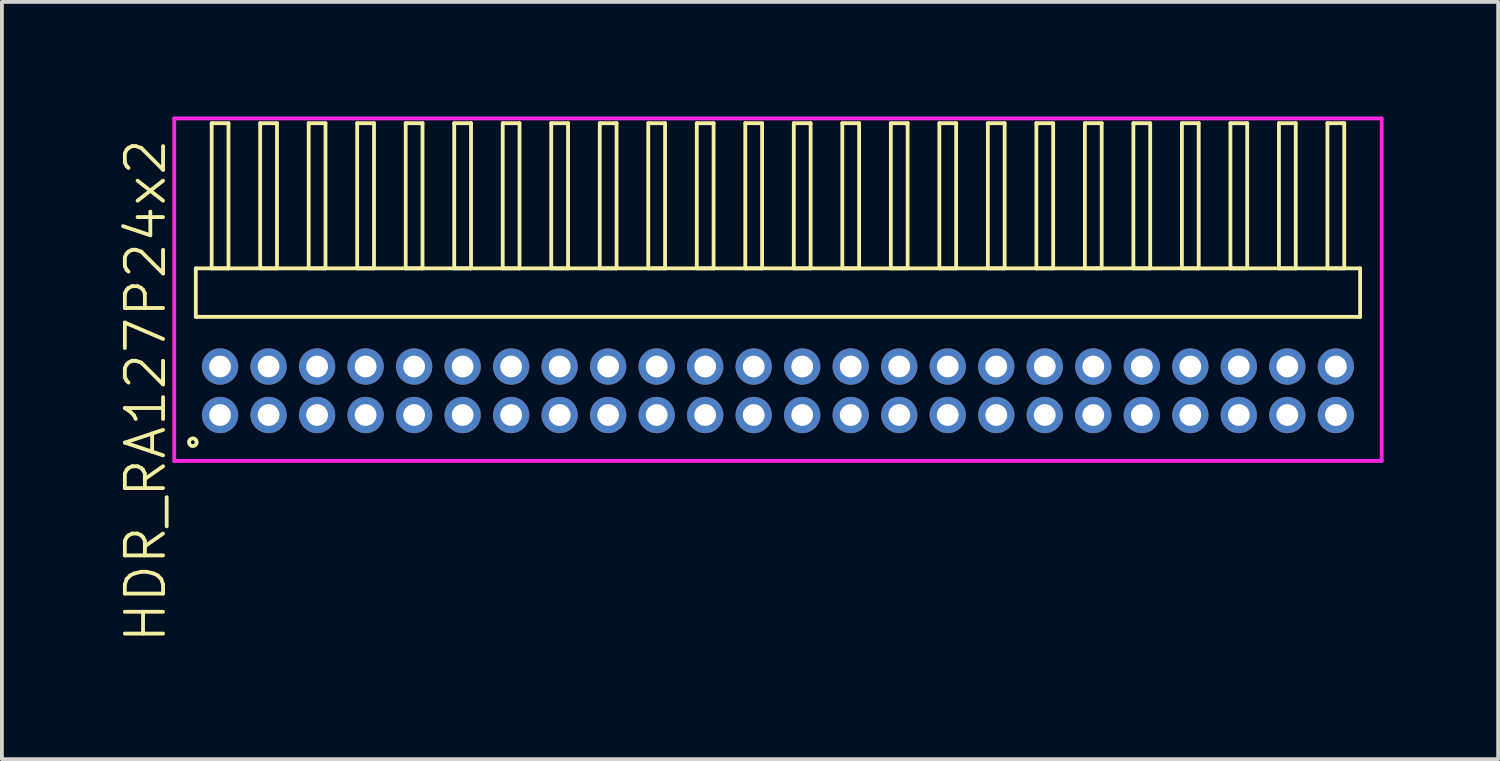
<source format=kicad_pcb>
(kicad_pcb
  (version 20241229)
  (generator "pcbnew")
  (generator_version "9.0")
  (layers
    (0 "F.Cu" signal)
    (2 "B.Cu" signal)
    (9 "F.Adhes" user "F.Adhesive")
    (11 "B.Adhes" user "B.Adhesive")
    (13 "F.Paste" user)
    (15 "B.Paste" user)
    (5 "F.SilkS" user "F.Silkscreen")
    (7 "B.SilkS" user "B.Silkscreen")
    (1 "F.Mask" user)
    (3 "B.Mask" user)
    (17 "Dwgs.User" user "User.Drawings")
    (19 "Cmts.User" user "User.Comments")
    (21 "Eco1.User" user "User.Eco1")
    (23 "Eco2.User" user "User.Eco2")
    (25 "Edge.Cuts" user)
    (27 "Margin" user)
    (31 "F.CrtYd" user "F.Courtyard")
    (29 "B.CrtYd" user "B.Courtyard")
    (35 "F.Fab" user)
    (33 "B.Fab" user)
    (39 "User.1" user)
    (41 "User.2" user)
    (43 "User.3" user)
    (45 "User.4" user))
  (footprint "HDR_RA127P24x2"
    (layer "F.Cu")
    (at 17.316 7.18)
    (property "Reference" "HDR_RA127P24x2" (at -16.555 0 90) (layer "F.SilkS") (effects (font (size 1 1) (thickness 0.1))))
    (attr through_hole)
    (fp_line (start -15.24 -3.205) (end -15.24 -1.935) (stroke (width 0.1) (type solid)) (layer "F.SilkS"))
    (fp_line (start -15.24 -1.935) (end 15.24 -1.935) (stroke (width 0.1) (type solid)) (layer "F.SilkS"))
    (fp_line (start -14.825 -7.005) (end -14.825 -3.205) (stroke (width 0.1) (type solid)) (layer "F.SilkS"))
    (fp_line (start -14.825 -3.205) (end -14.385 -3.205) (stroke (width 0.1) (type solid)) (layer "F.SilkS"))
    (fp_line (start -14.385 -7.005) (end -14.825 -7.005) (stroke (width 0.1) (type solid)) (layer "F.SilkS"))
    (fp_line (start -14.385 -3.205) (end -14.385 -7.005) (stroke (width 0.1) (type solid)) (layer "F.SilkS"))
    (fp_line (start -13.555 -7.005) (end -13.555 -3.205) (stroke (width 0.1) (type solid)) (layer "F.SilkS"))
    (fp_line (start -13.555 -3.205) (end -13.115 -3.205) (stroke (width 0.1) (type solid)) (layer "F.SilkS"))
    (fp_line (start -13.115 -7.005) (end -13.555 -7.005) (stroke (width 0.1) (type solid)) (layer "F.SilkS"))
    (fp_line (start -13.115 -3.205) (end -13.115 -7.005) (stroke (width 0.1) (type solid)) (layer "F.SilkS"))
    (fp_line (start -12.285 -7.005) (end -12.285 -3.205) (stroke (width 0.1) (type solid)) (layer "F.SilkS"))
    (fp_line (start -12.285 -3.205) (end -11.845 -3.205) (stroke (width 0.1) (type solid)) (layer "F.SilkS"))
    (fp_line (start -11.845 -7.005) (end -12.285 -7.005) (stroke (width 0.1) (type solid)) (layer "F.SilkS"))
    (fp_line (start -11.845 -3.205) (end -11.845 -7.005) (stroke (width 0.1) (type solid)) (layer "F.SilkS"))
    (fp_line (start -11.015 -7.005) (end -11.015 -3.205) (stroke (width 0.1) (type solid)) (layer "F.SilkS"))
    (fp_line (start -11.015 -3.205) (end -10.575 -3.205) (stroke (width 0.1) (type solid)) (layer "F.SilkS"))
    (fp_line (start -10.575 -7.005) (end -11.015 -7.005) (stroke (width 0.1) (type solid)) (layer "F.SilkS"))
    (fp_line (start -10.575 -3.205) (end -10.575 -7.005) (stroke (width 0.1) (type solid)) (layer "F.SilkS"))
    (fp_line (start -9.745 -7.005) (end -9.745 -3.205) (stroke (width 0.1) (type solid)) (layer "F.SilkS"))
    (fp_line (start -9.745 -3.205) (end -9.305 -3.205) (stroke (width 0.1) (type solid)) (layer "F.SilkS"))
    (fp_line (start -9.305 -7.005) (end -9.745 -7.005) (stroke (width 0.1) (type solid)) (layer "F.SilkS"))
    (fp_line (start -9.305 -3.205) (end -9.305 -7.005) (stroke (width 0.1) (type solid)) (layer "F.SilkS"))
    (fp_line (start -8.475 -7.005) (end -8.475 -3.205) (stroke (width 0.1) (type solid)) (layer "F.SilkS"))
    (fp_line (start -8.475 -3.205) (end -8.035 -3.205) (stroke (width 0.1) (type solid)) (layer "F.SilkS"))
    (fp_line (start -8.035 -7.005) (end -8.475 -7.005) (stroke (width 0.1) (type solid)) (layer "F.SilkS"))
    (fp_line (start -8.035 -3.205) (end -8.035 -7.005) (stroke (width 0.1) (type solid)) (layer "F.SilkS"))
    (fp_line (start -7.205 -7.005) (end -7.205 -3.205) (stroke (width 0.1) (type solid)) (layer "F.SilkS"))
    (fp_line (start -7.205 -3.205) (end -6.765 -3.205) (stroke (width 0.1) (type solid)) (layer "F.SilkS"))
    (fp_line (start -6.765 -7.005) (end -7.205 -7.005) (stroke (width 0.1) (type solid)) (layer "F.SilkS"))
    (fp_line (start -6.765 -3.205) (end -6.765 -7.005) (stroke (width 0.1) (type solid)) (layer "F.SilkS"))
    (fp_line (start -5.935 -7.005) (end -5.935 -3.205) (stroke (width 0.1) (type solid)) (layer "F.SilkS"))
    (fp_line (start -5.935 -3.205) (end -5.495 -3.205) (stroke (width 0.1) (type solid)) (layer "F.SilkS"))
    (fp_line (start -5.495 -7.005) (end -5.935 -7.005) (stroke (width 0.1) (type solid)) (layer "F.SilkS"))
    (fp_line (start -5.495 -3.205) (end -5.495 -7.005) (stroke (width 0.1) (type solid)) (layer "F.SilkS"))
    (fp_line (start -4.665 -7.005) (end -4.665 -3.205) (stroke (width 0.1) (type solid)) (layer "F.SilkS"))
    (fp_line (start -4.665 -3.205) (end -4.225 -3.205) (stroke (width 0.1) (type solid)) (layer "F.SilkS"))
    (fp_line (start -4.225 -7.005) (end -4.665 -7.005) (stroke (width 0.1) (type solid)) (layer "F.SilkS"))
    (fp_line (start -4.225 -3.205) (end -4.225 -7.005) (stroke (width 0.1) (type solid)) (layer "F.SilkS"))
    (fp_line (start -3.395 -7.005) (end -3.395 -3.205) (stroke (width 0.1) (type solid)) (layer "F.SilkS"))
    (fp_line (start -3.395 -3.205) (end -2.955 -3.205) (stroke (width 0.1) (type solid)) (layer "F.SilkS"))
    (fp_line (start -2.955 -7.005) (end -3.395 -7.005) (stroke (width 0.1) (type solid)) (layer "F.SilkS"))
    (fp_line (start -2.955 -3.205) (end -2.955 -7.005) (stroke (width 0.1) (type solid)) (layer "F.SilkS"))
    (fp_line (start -2.125 -7.005) (end -2.125 -3.205) (stroke (width 0.1) (type solid)) (layer "F.SilkS"))
    (fp_line (start -2.125 -3.205) (end -1.685 -3.205) (stroke (width 0.1) (type solid)) (layer "F.SilkS"))
    (fp_line (start -1.685 -7.005) (end -2.125 -7.005) (stroke (width 0.1) (type solid)) (layer "F.SilkS"))
    (fp_line (start -1.685 -3.205) (end -1.685 -7.005) (stroke (width 0.1) (type solid)) (layer "F.SilkS"))
    (fp_line (start -0.855 -7.005) (end -0.855 -3.205) (stroke (width 0.1) (type solid)) (layer "F.SilkS"))
    (fp_line (start -0.855 -3.205) (end -0.415 -3.205) (stroke (width 0.1) (type solid)) (layer "F.SilkS"))
    (fp_line (start -0.415 -7.005) (end -0.855 -7.005) (stroke (width 0.1) (type solid)) (layer "F.SilkS"))
    (fp_line (start -0.415 -3.205) (end -0.415 -7.005) (stroke (width 0.1) (type solid)) (layer "F.SilkS"))
    (fp_line (start 0.415 -7.005) (end 0.415 -3.205) (stroke (width 0.1) (type solid)) (layer "F.SilkS"))
    (fp_line (start 0.415 -3.205) (end 0.855 -3.205) (stroke (width 0.1) (type solid)) (layer "F.SilkS"))
    (fp_line (start 0.855 -7.005) (end 0.415 -7.005) (stroke (width 0.1) (type solid)) (layer "F.SilkS"))
    (fp_line (start 0.855 -3.205) (end 0.855 -7.005) (stroke (width 0.1) (type solid)) (layer "F.SilkS"))
    (fp_line (start 1.685 -7.005) (end 1.685 -3.205) (stroke (width 0.1) (type solid)) (layer "F.SilkS"))
    (fp_line (start 1.685 -3.205) (end 2.125 -3.205) (stroke (width 0.1) (type solid)) (layer "F.SilkS"))
    (fp_line (start 2.125 -7.005) (end 1.685 -7.005) (stroke (width 0.1) (type solid)) (layer "F.SilkS"))
    (fp_line (start 2.125 -3.205) (end 2.125 -7.005) (stroke (width 0.1) (type solid)) (layer "F.SilkS"))
    (fp_line (start 2.955 -7.005) (end 2.955 -3.205) (stroke (width 0.1) (type solid)) (layer "F.SilkS"))
    (fp_line (start 2.955 -3.205) (end 3.395 -3.205) (stroke (width 0.1) (type solid)) (layer "F.SilkS"))
    (fp_line (start 3.395 -7.005) (end 2.955 -7.005) (stroke (width 0.1) (type solid)) (layer "F.SilkS"))
    (fp_line (start 3.395 -3.205) (end 3.395 -7.005) (stroke (width 0.1) (type solid)) (layer "F.SilkS"))
    (fp_line (start 4.225 -7.005) (end 4.225 -3.205) (stroke (width 0.1) (type solid)) (layer "F.SilkS"))
    (fp_line (start 4.225 -3.205) (end 4.665 -3.205) (stroke (width 0.1) (type solid)) (layer "F.SilkS"))
    (fp_line (start 4.665 -7.005) (end 4.225 -7.005) (stroke (width 0.1) (type solid)) (layer "F.SilkS"))
    (fp_line (start 4.665 -3.205) (end 4.665 -7.005) (stroke (width 0.1) (type solid)) (layer "F.SilkS"))
    (fp_line (start 5.495 -7.005) (end 5.495 -3.205) (stroke (width 0.1) (type solid)) (layer "F.SilkS"))
    (fp_line (start 5.495 -3.205) (end 5.935 -3.205) (stroke (width 0.1) (type solid)) (layer "F.SilkS"))
    (fp_line (start 5.935 -7.005) (end 5.495 -7.005) (stroke (width 0.1) (type solid)) (layer "F.SilkS"))
    (fp_line (start 5.935 -3.205) (end 5.935 -7.005) (stroke (width 0.1) (type solid)) (layer "F.SilkS"))
    (fp_line (start 6.765 -7.005) (end 6.765 -3.205) (stroke (width 0.1) (type solid)) (layer "F.SilkS"))
    (fp_line (start 6.765 -3.205) (end 7.205 -3.205) (stroke (width 0.1) (type solid)) (layer "F.SilkS"))
    (fp_line (start 7.205 -7.005) (end 6.765 -7.005) (stroke (width 0.1) (type solid)) (layer "F.SilkS"))
    (fp_line (start 7.205 -3.205) (end 7.205 -7.005) (stroke (width 0.1) (type solid)) (layer "F.SilkS"))
    (fp_line (start 8.035 -7.005) (end 8.035 -3.205) (stroke (width 0.1) (type solid)) (layer "F.SilkS"))
    (fp_line (start 8.035 -3.205) (end 8.475 -3.205) (stroke (width 0.1) (type solid)) (layer "F.SilkS"))
    (fp_line (start 8.475 -7.005) (end 8.035 -7.005) (stroke (width 0.1) (type solid)) (layer "F.SilkS"))
    (fp_line (start 8.475 -3.205) (end 8.475 -7.005) (stroke (width 0.1) (type solid)) (layer "F.SilkS"))
    (fp_line (start 9.305 -7.005) (end 9.305 -3.205) (stroke (width 0.1) (type solid)) (layer "F.SilkS"))
    (fp_line (start 9.305 -3.205) (end 9.745 -3.205) (stroke (width 0.1) (type solid)) (layer "F.SilkS"))
    (fp_line (start 9.745 -7.005) (end 9.305 -7.005) (stroke (width 0.1) (type solid)) (layer "F.SilkS"))
    (fp_line (start 9.745 -3.205) (end 9.745 -7.005) (stroke (width 0.1) (type solid)) (layer "F.SilkS"))
    (fp_line (start 10.575 -7.005) (end 10.575 -3.205) (stroke (width 0.1) (type solid)) (layer "F.SilkS"))
    (fp_line (start 10.575 -3.205) (end 11.015 -3.205) (stroke (width 0.1) (type solid)) (layer "F.SilkS"))
    (fp_line (start 11.015 -7.005) (end 10.575 -7.005) (stroke (width 0.1) (type solid)) (layer "F.SilkS"))
    (fp_line (start 11.015 -3.205) (end 11.015 -7.005) (stroke (width 0.1) (type solid)) (layer "F.SilkS"))
    (fp_line (start 11.845 -7.005) (end 11.845 -3.205) (stroke (width 0.1) (type solid)) (layer "F.SilkS"))
    (fp_line (start 11.845 -3.205) (end 12.285 -3.205) (stroke (width 0.1) (type solid)) (layer "F.SilkS"))
    (fp_line (start 12.285 -7.005) (end 11.845 -7.005) (stroke (width 0.1) (type solid)) (layer "F.SilkS"))
    (fp_line (start 12.285 -3.205) (end 12.285 -7.005) (stroke (width 0.1) (type solid)) (layer "F.SilkS"))
    (fp_line (start 13.115 -7.005) (end 13.115 -3.205) (stroke (width 0.1) (type solid)) (layer "F.SilkS"))
    (fp_line (start 13.115 -3.205) (end 13.555 -3.205) (stroke (width 0.1) (type solid)) (layer "F.SilkS"))
    (fp_line (start 13.555 -7.005) (end 13.115 -7.005) (stroke (width 0.1) (type solid)) (layer "F.SilkS"))
    (fp_line (start 13.555 -3.205) (end 13.555 -7.005) (stroke (width 0.1) (type solid)) (layer "F.SilkS"))
    (fp_line (start 14.385 -7.005) (end 14.385 -3.205) (stroke (width 0.1) (type solid)) (layer "F.SilkS"))
    (fp_line (start 14.385 -3.205) (end 14.825 -3.205) (stroke (width 0.1) (type solid)) (layer "F.SilkS"))
    (fp_line (start 14.825 -7.005) (end 14.385 -7.005) (stroke (width 0.1) (type solid)) (layer "F.SilkS"))
    (fp_line (start 14.825 -3.205) (end 14.825 -7.005) (stroke (width 0.1) (type solid)) (layer "F.SilkS"))
    (fp_line (start 15.24 -3.205) (end -15.24 -3.205) (stroke (width 0.1) (type solid)) (layer "F.SilkS"))
    (fp_line (start 15.24 -1.935) (end 15.24 -3.205) (stroke (width 0.1) (type solid)) (layer "F.SilkS"))
    (fp_circle (center -15.318 1.347) (end -15.218 1.347) (stroke (width 0.1) (type solid)) (fill no) (layer "F.SilkS"))
    (fp_line (start -15.805 -7.13) (end -15.805 1.835) (stroke (width 0.1) (type solid)) (layer "F.CrtYd"))
    (fp_line (start -15.805 1.835) (end 15.805 1.835) (stroke (width 0.1) (type solid)) (layer "F.CrtYd"))
    (fp_line (start 15.805 -7.13) (end -15.805 -7.13) (stroke (width 0.1) (type solid)) (layer "F.CrtYd"))
    (fp_line (start 15.805 1.835) (end 15.805 -7.13) (stroke (width 0.1) (type solid)) (layer "F.CrtYd"))
    (pad "1" thru_hole oval (at -14.605 0.635) (size 0.95 0.95) (drill 0.57) (layers "*.Cu" "*.Mask"))
    (pad "2" thru_hole oval (at -14.605 -0.635) (size 0.95 0.95) (drill 0.57) (layers "*.Cu" "*.Mask"))
    (pad "3" thru_hole oval (at -13.335 0.635) (size 0.95 0.95) (drill 0.57) (layers "*.Cu" "*.Mask"))
    (pad "4" thru_hole oval (at -13.335 -0.635) (size 0.95 0.95) (drill 0.57) (layers "*.Cu" "*.Mask"))
    (pad "5" thru_hole oval (at -12.065 0.635) (size 0.95 0.95) (drill 0.57) (layers "*.Cu" "*.Mask"))
    (pad "6" thru_hole oval (at -12.065 -0.635) (size 0.95 0.95) (drill 0.57) (layers "*.Cu" "*.Mask"))
    (pad "7" thru_hole oval (at -10.795 0.635) (size 0.95 0.95) (drill 0.57) (layers "*.Cu" "*.Mask"))
    (pad "8" thru_hole oval (at -10.795 -0.635) (size 0.95 0.95) (drill 0.57) (layers "*.Cu" "*.Mask"))
    (pad "9" thru_hole oval (at -9.525 0.635) (size 0.95 0.95) (drill 0.57) (layers "*.Cu" "*.Mask"))
    (pad "10" thru_hole oval (at -9.525 -0.635) (size 0.95 0.95) (drill 0.57) (layers "*.Cu" "*.Mask"))
    (pad "11" thru_hole oval (at -8.255 0.635) (size 0.95 0.95) (drill 0.57) (layers "*.Cu" "*.Mask"))
    (pad "12" thru_hole oval (at -8.255 -0.635) (size 0.95 0.95) (drill 0.57) (layers "*.Cu" "*.Mask"))
    (pad "13" thru_hole oval (at -6.985 0.635) (size 0.95 0.95) (drill 0.57) (layers "*.Cu" "*.Mask"))
    (pad "14" thru_hole oval (at -6.985 -0.635) (size 0.95 0.95) (drill 0.57) (layers "*.Cu" "*.Mask"))
    (pad "15" thru_hole oval (at -5.715 0.635) (size 0.95 0.95) (drill 0.57) (layers "*.Cu" "*.Mask"))
    (pad "16" thru_hole oval (at -5.715 -0.635) (size 0.95 0.95) (drill 0.57) (layers "*.Cu" "*.Mask"))
    (pad "17" thru_hole oval (at -4.445 0.635) (size 0.95 0.95) (drill 0.57) (layers "*.Cu" "*.Mask"))
    (pad "18" thru_hole oval (at -4.445 -0.635) (size 0.95 0.95) (drill 0.57) (layers "*.Cu" "*.Mask"))
    (pad "19" thru_hole oval (at -3.175 0.635) (size 0.95 0.95) (drill 0.57) (layers "*.Cu" "*.Mask"))
    (pad "20" thru_hole oval (at -3.175 -0.635) (size 0.95 0.95) (drill 0.57) (layers "*.Cu" "*.Mask"))
    (pad "21" thru_hole oval (at -1.905 0.635) (size 0.95 0.95) (drill 0.57) (layers "*.Cu" "*.Mask"))
    (pad "22" thru_hole oval (at -1.905 -0.635) (size 0.95 0.95) (drill 0.57) (layers "*.Cu" "*.Mask"))
    (pad "23" thru_hole oval (at -0.635 0.635) (size 0.95 0.95) (drill 0.57) (layers "*.Cu" "*.Mask"))
    (pad "24" thru_hole oval (at -0.635 -0.635) (size 0.95 0.95) (drill 0.57) (layers "*.Cu" "*.Mask"))
    (pad "25" thru_hole oval (at 0.635 0.635) (size 0.95 0.95) (drill 0.57) (layers "*.Cu" "*.Mask"))
    (pad "26" thru_hole oval (at 0.635 -0.635) (size 0.95 0.95) (drill 0.57) (layers "*.Cu" "*.Mask"))
    (pad "27" thru_hole oval (at 1.905 0.635) (size 0.95 0.95) (drill 0.57) (layers "*.Cu" "*.Mask"))
    (pad "28" thru_hole oval (at 1.905 -0.635) (size 0.95 0.95) (drill 0.57) (layers "*.Cu" "*.Mask"))
    (pad "29" thru_hole oval (at 3.175 0.635) (size 0.95 0.95) (drill 0.57) (layers "*.Cu" "*.Mask"))
    (pad "30" thru_hole oval (at 3.175 -0.635) (size 0.95 0.95) (drill 0.57) (layers "*.Cu" "*.Mask"))
    (pad "31" thru_hole oval (at 4.445 0.635) (size 0.95 0.95) (drill 0.57) (layers "*.Cu" "*.Mask"))
    (pad "32" thru_hole oval (at 4.445 -0.635) (size 0.95 0.95) (drill 0.57) (layers "*.Cu" "*.Mask"))
    (pad "33" thru_hole oval (at 5.715 0.635) (size 0.95 0.95) (drill 0.57) (layers "*.Cu" "*.Mask"))
    (pad "34" thru_hole oval (at 5.715 -0.635) (size 0.95 0.95) (drill 0.57) (layers "*.Cu" "*.Mask"))
    (pad "35" thru_hole oval (at 6.985 0.635) (size 0.95 0.95) (drill 0.57) (layers "*.Cu" "*.Mask"))
    (pad "36" thru_hole oval (at 6.985 -0.635) (size 0.95 0.95) (drill 0.57) (layers "*.Cu" "*.Mask"))
    (pad "37" thru_hole oval (at 8.255 0.635) (size 0.95 0.95) (drill 0.57) (layers "*.Cu" "*.Mask"))
    (pad "38" thru_hole oval (at 8.255 -0.635) (size 0.95 0.95) (drill 0.57) (layers "*.Cu" "*.Mask"))
    (pad "39" thru_hole oval (at 9.525 0.635) (size 0.95 0.95) (drill 0.57) (layers "*.Cu" "*.Mask"))
    (pad "40" thru_hole oval (at 9.525 -0.635) (size 0.95 0.95) (drill 0.57) (layers "*.Cu" "*.Mask"))
    (pad "41" thru_hole oval (at 10.795 0.635) (size 0.95 0.95) (drill 0.57) (layers "*.Cu" "*.Mask"))
    (pad "42" thru_hole oval (at 10.795 -0.635) (size 0.95 0.95) (drill 0.57) (layers "*.Cu" "*.Mask"))
    (pad "43" thru_hole oval (at 12.065 0.635) (size 0.95 0.95) (drill 0.57) (layers "*.Cu" "*.Mask"))
    (pad "44" thru_hole oval (at 12.065 -0.635) (size 0.95 0.95) (drill 0.57) (layers "*.Cu" "*.Mask"))
    (pad "45" thru_hole oval (at 13.335 0.635) (size 0.95 0.95) (drill 0.57) (layers "*.Cu" "*.Mask"))
    (pad "46" thru_hole oval (at 13.335 -0.635) (size 0.95 0.95) (drill 0.57) (layers "*.Cu" "*.Mask"))
    (pad "47" thru_hole oval (at 14.605 0.635) (size 0.95 0.95) (drill 0.57) (layers "*.Cu" "*.Mask"))
    (pad "48" thru_hole oval (at 14.605 -0.635) (size 0.95 0.95) (drill 0.57) (layers "*.Cu" "*.Mask")))
  (gr_rect
    (start -3 -3)
    (end 36.17 16.825)
    (stroke (width 0.1) (type default))
    (fill no)
    (layer "Edge.Cuts")))
</source>
